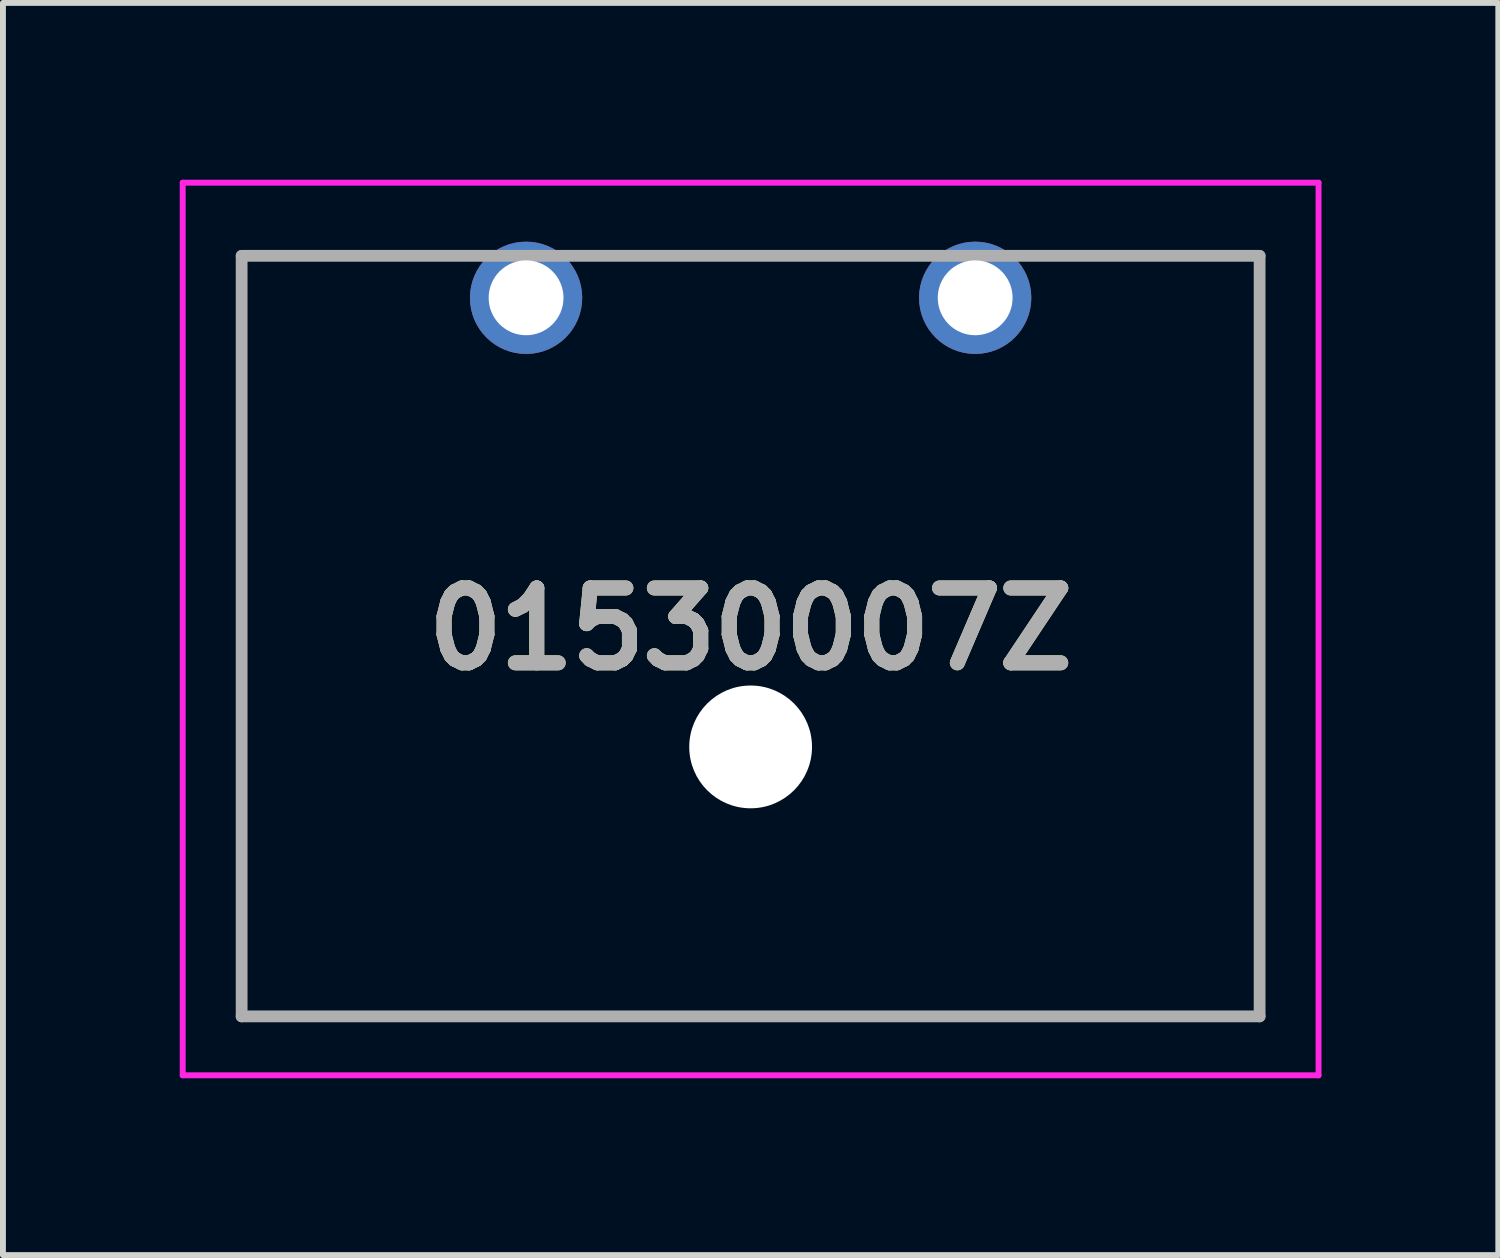
<source format=kicad_pcb>
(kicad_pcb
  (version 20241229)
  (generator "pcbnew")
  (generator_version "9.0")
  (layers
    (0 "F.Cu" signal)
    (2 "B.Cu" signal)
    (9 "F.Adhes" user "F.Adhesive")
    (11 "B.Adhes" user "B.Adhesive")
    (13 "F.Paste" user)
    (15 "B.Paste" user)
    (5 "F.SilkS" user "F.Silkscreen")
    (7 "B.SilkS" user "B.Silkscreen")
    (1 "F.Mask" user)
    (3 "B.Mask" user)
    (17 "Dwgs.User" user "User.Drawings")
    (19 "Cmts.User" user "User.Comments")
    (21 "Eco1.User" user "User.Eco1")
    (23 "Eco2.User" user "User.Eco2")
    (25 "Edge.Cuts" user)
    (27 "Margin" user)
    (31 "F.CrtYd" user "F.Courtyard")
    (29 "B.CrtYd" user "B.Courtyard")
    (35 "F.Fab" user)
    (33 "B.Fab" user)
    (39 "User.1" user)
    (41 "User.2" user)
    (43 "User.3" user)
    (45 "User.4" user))
  (footprint "01530007Z"
    (layer "F.Cu")
    (at 9.686 7.743)
    (property "Reference" "01530007Z" (at 0 -0.121 0) (layer "F.SilkS") (effects (font (size 1.27 1.27) (thickness 0.254))))
    (attr through_hole)
    (fp_line (start -8.636 -6.452) (end -8.636 6.452) (stroke (width 0.1) (type solid)) (layer "F.SilkS"))
    (fp_line (start -8.636 6.452) (end 8.636 6.452) (stroke (width 0.1) (type solid)) (layer "F.SilkS"))
    (fp_line (start -5.5 -6.452) (end -8.636 -6.452) (stroke (width 0.1) (type solid)) (layer "F.SilkS"))
    (fp_line (start 8.636 -6.452) (end 5.5 -6.452) (stroke (width 0.1) (type solid)) (layer "F.SilkS"))
    (fp_line (start 8.636 6.452) (end 8.636 -6.452) (stroke (width 0.1) (type solid)) (layer "F.SilkS"))
    (fp_line (start -9.636 -7.693) (end 9.636 -7.693) (stroke (width 0.1) (type solid)) (layer "F.CrtYd"))
    (fp_line (start -9.636 7.452) (end -9.636 -7.693) (stroke (width 0.1) (type solid)) (layer "F.CrtYd"))
    (fp_line (start 9.636 -7.693) (end 9.636 7.452) (stroke (width 0.1) (type solid)) (layer "F.CrtYd"))
    (fp_line (start 9.636 7.452) (end -9.636 7.452) (stroke (width 0.1) (type solid)) (layer "F.CrtYd"))
    (fp_line (start -8.636 -6.452) (end 8.636 -6.452) (stroke (width 0.2) (type solid)) (layer "F.Fab"))
    (fp_line (start -8.636 6.452) (end -8.636 -6.452) (stroke (width 0.2) (type solid)) (layer "F.Fab"))
    (fp_line (start 8.636 -6.452) (end 8.636 6.452) (stroke (width 0.2) (type solid)) (layer "F.Fab"))
    (fp_line (start 8.636 6.452) (end -8.636 6.452) (stroke (width 0.2) (type solid)) (layer "F.Fab"))
    (fp_text user "${REFERENCE}" (at 0 -0.121 0) (layer "F.Fab") (effects (font (size 1.27 1.27) (thickness 0.254))))
    (pad "" np_thru_hole circle (at 0 1.88) (size 2.083 2.083) (drill 2.083) (layers "*.Cu" "*.Mask"))
    (pad "1" thru_hole circle (at -3.81 -5.74) (size 1.905 1.905) (drill 1.27) (layers "*.Cu" "*.Mask"))
    (pad "2" thru_hole circle (at 3.81 -5.74) (size 1.905 1.905) (drill 1.27) (layers "*.Cu" "*.Mask")))
  (gr_rect
    (start -3 -3)
    (end 22.372 18.245)
    (stroke (width 0.1) (type default))
    (fill no)
    (layer "Edge.Cuts")))
</source>
